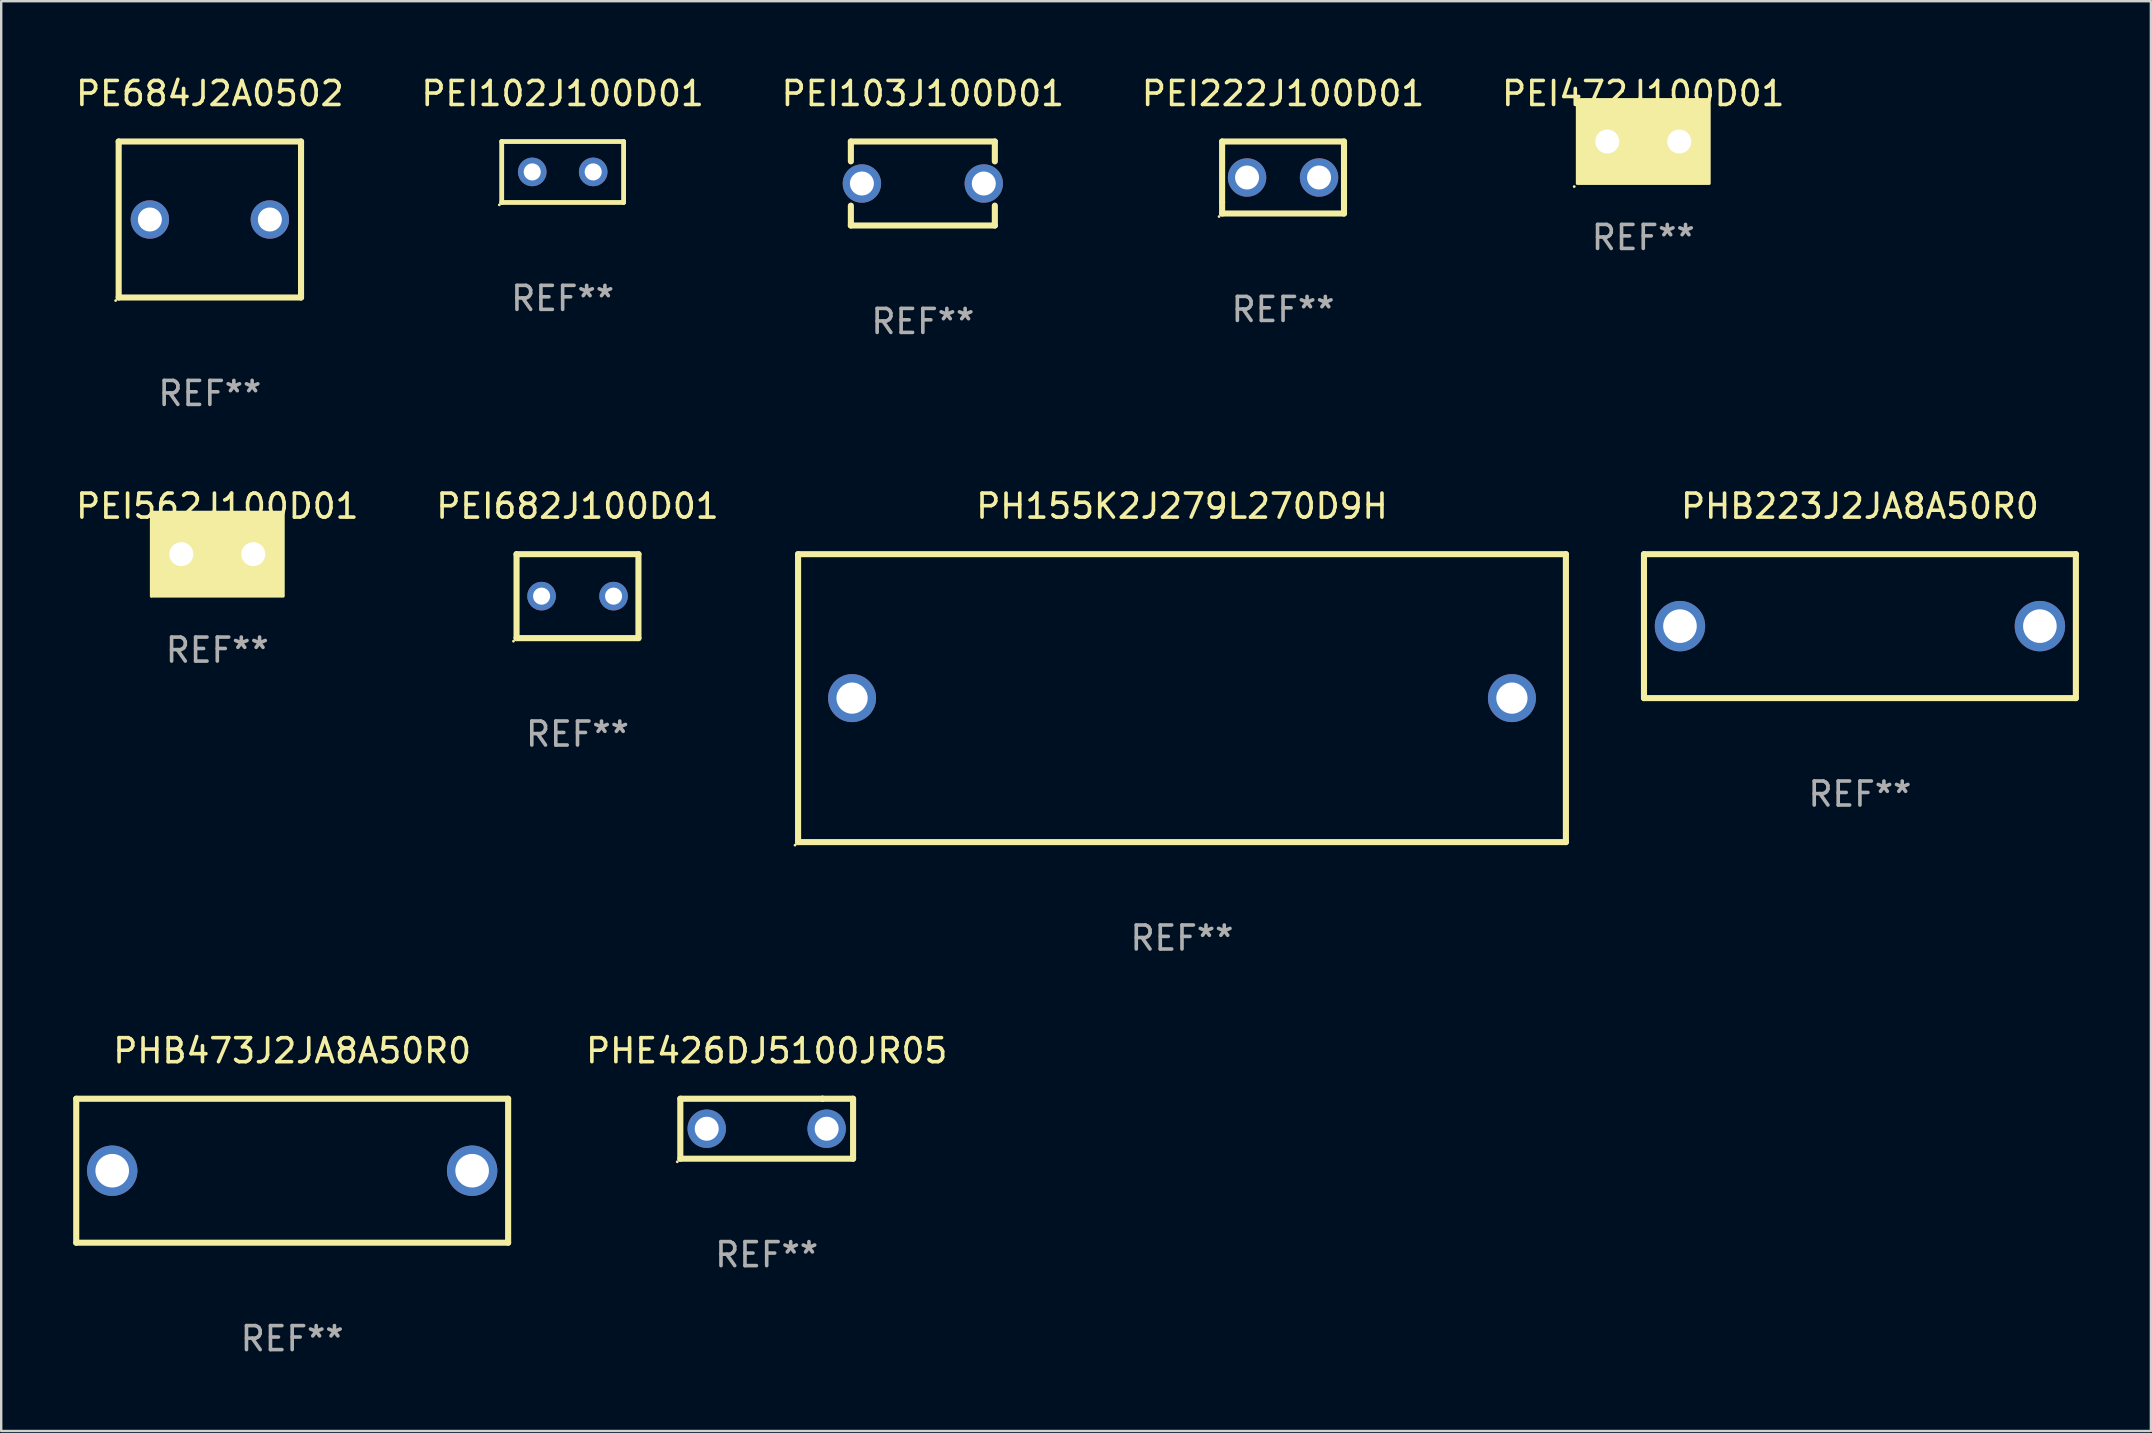
<source format=kicad_pcb>
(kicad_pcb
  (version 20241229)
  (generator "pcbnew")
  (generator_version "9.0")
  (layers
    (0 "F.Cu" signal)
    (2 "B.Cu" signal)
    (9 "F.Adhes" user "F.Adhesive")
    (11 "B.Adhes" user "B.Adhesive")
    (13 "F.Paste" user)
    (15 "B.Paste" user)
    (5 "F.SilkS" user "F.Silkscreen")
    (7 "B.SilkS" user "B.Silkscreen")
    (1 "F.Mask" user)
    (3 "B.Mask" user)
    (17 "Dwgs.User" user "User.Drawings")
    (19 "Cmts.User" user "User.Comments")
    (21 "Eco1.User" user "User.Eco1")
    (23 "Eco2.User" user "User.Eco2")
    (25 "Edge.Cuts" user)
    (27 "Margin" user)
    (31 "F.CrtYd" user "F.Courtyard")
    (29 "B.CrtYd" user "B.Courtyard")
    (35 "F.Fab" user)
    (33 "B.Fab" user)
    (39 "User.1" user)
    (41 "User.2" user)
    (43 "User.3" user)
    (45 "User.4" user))
  (footprint "PHE426DJ5100JR05"
    (layer "F.Cu")
    (at 28.903 43.991)
    (property "Reference" "PHE426DJ5100JR05" (at 0 -3.25 0) (layer "F.SilkS") (effects (font (size 1 1) (thickness 0.15))))
    (attr through_hole)
    (fp_line (start -3.6 1.25) (end -3.6 -1.25) (stroke (width 0.254) (type solid)) (layer "F.SilkS"))
    (fp_line (start -3.6 1.25) (end 3.6 1.25) (stroke (width 0.254) (type solid)) (layer "F.SilkS"))
    (fp_line (start -3.6 -1.25) (end 2.326 -1.25) (stroke (width 0.254) (type solid)) (layer "F.SilkS"))
    (fp_line (start 2.326 -1.25) (end 2.326 -1.25) (stroke (width 0.254) (type solid)) (layer "F.SilkS"))
    (fp_line (start 2.326 -1.25) (end 3.6 -1.25) (stroke (width 0.254) (type solid)) (layer "F.SilkS"))
    (fp_line (start 3.6 -1.25) (end 3.6 1.25) (stroke (width 0.254) (type solid)) (layer "F.SilkS"))
    (fp_circle (center -3.727 1.377) (end -3.697 1.377) (stroke (width 0.06) (type solid)) (fill no) (layer "F.SilkS"))
    (fp_text user "REF**" (at 0 5.25 0) (layer "F.Fab") (effects (font (size 1 1) (thickness 0.15))))
    (pad "1" thru_hole circle (at -2.499 -0.000013) (size 1.6 1.6) (drill 1) (layers "*.Cu" "*.Mask"))
    (pad "2" thru_hole circle (at 2.499 -0.000013) (size 1.6 1.6) (drill 1) (layers "*.Cu" "*.Mask")))
  (footprint "PHB223J2JA8A50R0"
    (layer "F.Cu")
    (at 74.465 23.045)
    (property "Reference" "PHB223J2JA8A50R0" (at 0 -5 0) (layer "F.SilkS") (effects (font (size 1 1) (thickness 0.15))))
    (attr through_hole)
    (fp_line (start -9 -3) (end 9 -3) (stroke (width 0.254) (type solid)) (layer "F.SilkS"))
    (fp_line (start -9 3) (end -9 -3) (stroke (width 0.254) (type solid)) (layer "F.SilkS"))
    (fp_line (start 9 -3) (end 9 3) (stroke (width 0.254) (type solid)) (layer "F.SilkS"))
    (fp_line (start 9 3) (end -9 3) (stroke (width 0.254) (type solid)) (layer "F.SilkS"))
    (fp_circle (center -9 3) (end -8.97 3) (stroke (width 0.06) (type solid)) (fill no) (layer "F.SilkS"))
    (fp_text user "REF**" (at 0 7 0) (layer "F.Fab") (effects (font (size 1 1) (thickness 0.15))))
    (pad "1" thru_hole circle (at -7.5 0) (size 2.1 2.1) (drill 1.4) (layers "*.Cu" "*.Mask"))
    (pad "2" thru_hole circle (at 7.5 0) (size 2.1 2.1) (drill 1.4) (layers "*.Cu" "*.Mask")))
  (footprint "PEI102J100D01"
    (layer "F.Cu")
    (at 20.399 4.118)
    (property "Reference" "PEI102J100D01" (at 0 -3.27 0) (layer "F.SilkS") (effects (font (size 1 1) (thickness 0.15))))
    (attr through_hole)
    (fp_line (start -2.54 -1.27) (end -2.54 1.27) (stroke (width 0.201) (type solid)) (layer "F.SilkS"))
    (fp_line (start -2.54 1.27) (end 2.54 1.27) (stroke (width 0.201) (type solid)) (layer "F.SilkS"))
    (fp_line (start 2.54 -1.27) (end -2.54 -1.27) (stroke (width 0.201) (type solid)) (layer "F.SilkS"))
    (fp_line (start 2.54 1.27) (end 2.54 -1.27) (stroke (width 0.201) (type solid)) (layer "F.SilkS"))
    (fp_circle (center -2.64 1.37) (end -2.61 1.37) (stroke (width 0.06) (type solid)) (fill no) (layer "F.SilkS"))
    (fp_text user "REF**" (at 0 5.27 0) (layer "F.Fab") (effects (font (size 1 1) (thickness 0.15))))
    (pad "1" thru_hole circle (at -1.267 -0.003) (size 1.194 1.194) (drill 0.711) (layers "*.Cu" "*.Mask"))
    (pad "2" thru_hole circle (at 1.273 -0.003) (size 1.194 1.194) (drill 0.711) (layers "*.Cu" "*.Mask")))
  (footprint "PEI472J100D01"
    (layer "F.Cu")
    (at 65.435 2.848)
    (property "Reference" "PEI472J100D01" (at 0 -2 0) (layer "F.SilkS") (effects (font (size 1 1) (thickness 0.15))))
    (attr through_hole)
    (fp_circle (center -2.877 1.877) (end -2.847 1.877) (stroke (width 0.06) (type solid)) (fill no) (layer "F.SilkS"))
    (fp_poly (pts (xy -2.75 -1.75) (xy 2.75 -1.75) (xy 2.75 1.75) (xy -2.75 1.75)) (stroke (width 0.12) (type solid)) (fill yes) (layer "F.SilkS"))
    (fp_text user "REF**" (at 0 4 0) (layer "F.Fab") (effects (font (size 1 1) (thickness 0.15))))
    (pad "1" thru_hole circle (at -1.5 0) (size 1.6 1.6) (drill 1) (layers "*.Cu" "*.Mask"))
    (pad "2" thru_hole circle (at 1.5 0) (size 1.6 1.6) (drill 1) (layers "*.Cu" "*.Mask")))
  (footprint "PEI103J100D01"
    (layer "F.Cu")
    (at 35.411 4.598)
    (property "Reference" "PEI103J100D01" (at 0 -3.75 0) (layer "F.SilkS") (effects (font (size 1 1) (thickness 0.15))))
    (attr through_hole)
    (fp_line (start -3 -1.75) (end -3 -0.923) (stroke (width 0.254) (type solid)) (layer "F.SilkS"))
    (fp_line (start -3 -1.75) (end 3 -1.75) (stroke (width 0.254) (type solid)) (layer "F.SilkS"))
    (fp_line (start -3 0.923) (end -3 1.75) (stroke (width 0.254) (type solid)) (layer "F.SilkS"))
    (fp_line (start 3 -1.75) (end 3 -0.923) (stroke (width 0.254) (type solid)) (layer "F.SilkS"))
    (fp_line (start 3 0.923) (end 3 1.75) (stroke (width 0.254) (type solid)) (layer "F.SilkS"))
    (fp_line (start 3 1.75) (end -3 1.75) (stroke (width 0.254) (type solid)) (layer "F.SilkS"))
    (fp_circle (center -3 1.75) (end -2.97 1.75) (stroke (width 0.06) (type solid)) (fill no) (layer "F.SilkS"))
    (fp_text user "REF**" (at 0 5.75 0) (layer "F.Fab") (effects (font (size 1 1) (thickness 0.15))))
    (pad "1" thru_hole circle (at -2.54 -0.000025) (size 1.6 1.6) (drill 1) (layers "*.Cu" "*.Mask"))
    (pad "2" thru_hole circle (at 2.54 -0.000025) (size 1.6 1.6) (drill 1) (layers "*.Cu" "*.Mask")))
  (footprint "PHB473J2JA8A50R0"
    (layer "F.Cu")
    (at 9.127 45.741)
    (property "Reference" "PHB473J2JA8A50R0" (at 0 -5 0) (layer "F.SilkS") (effects (font (size 1 1) (thickness 0.15))))
    (attr through_hole)
    (fp_line (start -9 -3) (end 9 -3) (stroke (width 0.254) (type solid)) (layer "F.SilkS"))
    (fp_line (start -9 3) (end -9 -3) (stroke (width 0.254) (type solid)) (layer "F.SilkS"))
    (fp_line (start 9 -3) (end 9 3) (stroke (width 0.254) (type solid)) (layer "F.SilkS"))
    (fp_line (start 9 3) (end -9 3) (stroke (width 0.254) (type solid)) (layer "F.SilkS"))
    (fp_circle (center -9 3) (end -8.97 3) (stroke (width 0.06) (type solid)) (fill no) (layer "F.SilkS"))
    (fp_text user "REF**" (at 0 7 0) (layer "F.Fab") (effects (font (size 1 1) (thickness 0.15))))
    (pad "1" thru_hole circle (at -7.5 0) (size 2.1 2.1) (drill 1.4) (layers "*.Cu" "*.Mask"))
    (pad "2" thru_hole circle (at 7.5 0) (size 2.1 2.1) (drill 1.4) (layers "*.Cu" "*.Mask")))
  (footprint "PH155K2J279L270D9H"
    (layer "F.Cu")
    (at 46.211 26.045)
    (property "Reference" "PH155K2J279L270D9H" (at 0 -8 0) (layer "F.SilkS") (effects (font (size 1 1) (thickness 0.15))))
    (attr through_hole)
    (fp_line (start -16 -6) (end 16 -6) (stroke (width 0.254) (type solid)) (layer "F.SilkS"))
    (fp_line (start -16 6) (end -16 -6) (stroke (width 0.254) (type solid)) (layer "F.SilkS"))
    (fp_line (start 16 -6) (end 16 6) (stroke (width 0.254) (type solid)) (layer "F.SilkS"))
    (fp_line (start 16 6) (end -16 6) (stroke (width 0.254) (type solid)) (layer "F.SilkS"))
    (fp_circle (center -16.127 6.127) (end -16.097 6.127) (stroke (width 0.06) (type solid)) (fill no) (layer "F.SilkS"))
    (fp_text user "REF**" (at 0 10 0) (layer "F.Fab") (effects (font (size 1 1) (thickness 0.15))))
    (pad "1" thru_hole circle (at -13.75 0) (size 2 2) (drill 1.3) (layers "*.Cu" "*.Mask"))
    (pad "2" thru_hole circle (at 13.75 0) (size 2 2) (drill 1.3) (layers "*.Cu" "*.Mask")))
  (footprint "PEI682J100D01"
    (layer "F.Cu")
    (at 21.018 21.795)
    (property "Reference" "PEI682J100D01" (at 0 -3.75 0) (layer "F.SilkS") (effects (font (size 1 1) (thickness 0.15))))
    (attr through_hole)
    (fp_line (start -2.54 1.75) (end -2.54 -1.75) (stroke (width 0.254) (type solid)) (layer "F.SilkS"))
    (fp_line (start -2.54 1.75) (end 2.54 1.75) (stroke (width 0.254) (type solid)) (layer "F.SilkS"))
    (fp_line (start 2.54 -1.75) (end -2.54 -1.75) (stroke (width 0.254) (type solid)) (layer "F.SilkS"))
    (fp_line (start 2.54 -1.75) (end 2.54 1.75) (stroke (width 0.254) (type solid)) (layer "F.SilkS"))
    (fp_circle (center -2.667 1.877) (end -2.637 1.877) (stroke (width 0.06) (type solid)) (fill no) (layer "F.SilkS"))
    (fp_text user "REF**" (at 0 5.75 0) (layer "F.Fab") (effects (font (size 1 1) (thickness 0.15))))
    (pad "1" thru_hole circle (at -1.497 0) (size 1.194 1.194) (drill 0.711) (layers "*.Cu" "*.Mask"))
    (pad "2" thru_hole circle (at 1.503 0) (size 1.194 1.194) (drill 0.711) (layers "*.Cu" "*.Mask")))
  (footprint "PE684J2A0502"
    (layer "F.Cu")
    (at 5.696 6.098)
    (property "Reference" "PE684J2A0502" (at 0 -5.25 0) (layer "F.SilkS") (effects (font (size 1 1) (thickness 0.15))))
    (attr through_hole)
    (fp_line (start -3.8 -3.25) (end -3.8 3.25) (stroke (width 0.254) (type solid)) (layer "F.SilkS"))
    (fp_line (start -3.8 -3.25) (end 3.8 -3.25) (stroke (width 0.254) (type solid)) (layer "F.SilkS"))
    (fp_line (start -3.8 3.25) (end 3.8 3.25) (stroke (width 0.254) (type solid)) (layer "F.SilkS"))
    (fp_line (start 3.8 -3.25) (end 3.8 3.25) (stroke (width 0.254) (type solid)) (layer "F.SilkS"))
    (fp_circle (center -3.927 3.377) (end -3.897 3.377) (stroke (width 0.06) (type solid)) (fill no) (layer "F.SilkS"))
    (fp_text user "REF**" (at 0 7.25 0) (layer "F.Fab") (effects (font (size 1 1) (thickness 0.15))))
    (pad "1" thru_hole circle (at -2.5 0.000025) (size 1.6 1.6) (drill 1) (layers "*.Cu" "*.Mask"))
    (pad "2" thru_hole circle (at 2.5 0.000025) (size 1.6 1.6) (drill 1) (layers "*.Cu" "*.Mask")))
  (footprint "PEI222J100D01"
    (layer "F.Cu")
    (at 50.423 4.348)
    (property "Reference" "PEI222J100D01" (at 0 -3.5 0) (layer "F.SilkS") (effects (font (size 1 1) (thickness 0.15))))
    (attr through_hole)
    (fp_line (start -2.54 -1.5) (end -2.54 1.031) (stroke (width 0.254) (type solid)) (layer "F.SilkS"))
    (fp_line (start -2.54 -1.5) (end 2.54 -1.5) (stroke (width 0.254) (type solid)) (layer "F.SilkS"))
    (fp_line (start -2.54 1.031) (end -2.54 1.5) (stroke (width 0.254) (type solid)) (layer "F.SilkS"))
    (fp_line (start -2.54 1.5) (end 2.54 1.5) (stroke (width 0.254) (type solid)) (layer "F.SilkS"))
    (fp_line (start 2.54 -1.5) (end 2.54 1.031) (stroke (width 0.254) (type solid)) (layer "F.SilkS"))
    (fp_line (start 2.54 1.031) (end 2.54 1.5) (stroke (width 0.254) (type solid)) (layer "F.SilkS"))
    (fp_circle (center -2.667 1.627) (end -2.637 1.627) (stroke (width 0.06) (type solid)) (fill no) (layer "F.SilkS"))
    (fp_text user "REF**" (at 0 5.5 0) (layer "F.Fab") (effects (font (size 1 1) (thickness 0.15))))
    (pad "1" thru_hole circle (at -1.5 0) (size 1.6 1.6) (drill 1) (layers "*.Cu" "*.Mask"))
    (pad "2" thru_hole circle (at 1.5 0) (size 1.6 1.6) (drill 1) (layers "*.Cu" "*.Mask")))
  (footprint "PEI562J100D01"
    (layer "F.Cu")
    (at 6.006 20.045)
    (property "Reference" "PEI562J100D01" (at 0 -2 0) (layer "F.SilkS") (effects (font (size 1 1) (thickness 0.15))))
    (attr through_hole)
    (fp_circle (center -2.75 1.75) (end -2.72 1.75) (stroke (width 0.06) (type solid)) (fill no) (layer "F.SilkS"))
    (fp_poly (pts (xy -2.75 -1.75) (xy 2.75 -1.75) (xy 2.75 1.75) (xy -2.75 1.75)) (stroke (width 0.12) (type solid)) (fill yes) (layer "F.SilkS"))
    (fp_text user "REF**" (at 0 4 0) (layer "F.Fab") (effects (font (size 1 1) (thickness 0.15))))
    (pad "1" thru_hole circle (at -1.5 0) (size 1.6 1.6) (drill 1) (layers "*.Cu" "*.Mask"))
    (pad "2" thru_hole circle (at 1.5 0) (size 1.6 1.6) (drill 1) (layers "*.Cu" "*.Mask")))
  (gr_rect
    (start -3 -3)
    (end 86.592 56.59)
    (stroke (width 0.1) (type default))
    (fill no)
    (layer "Edge.Cuts")))
</source>
